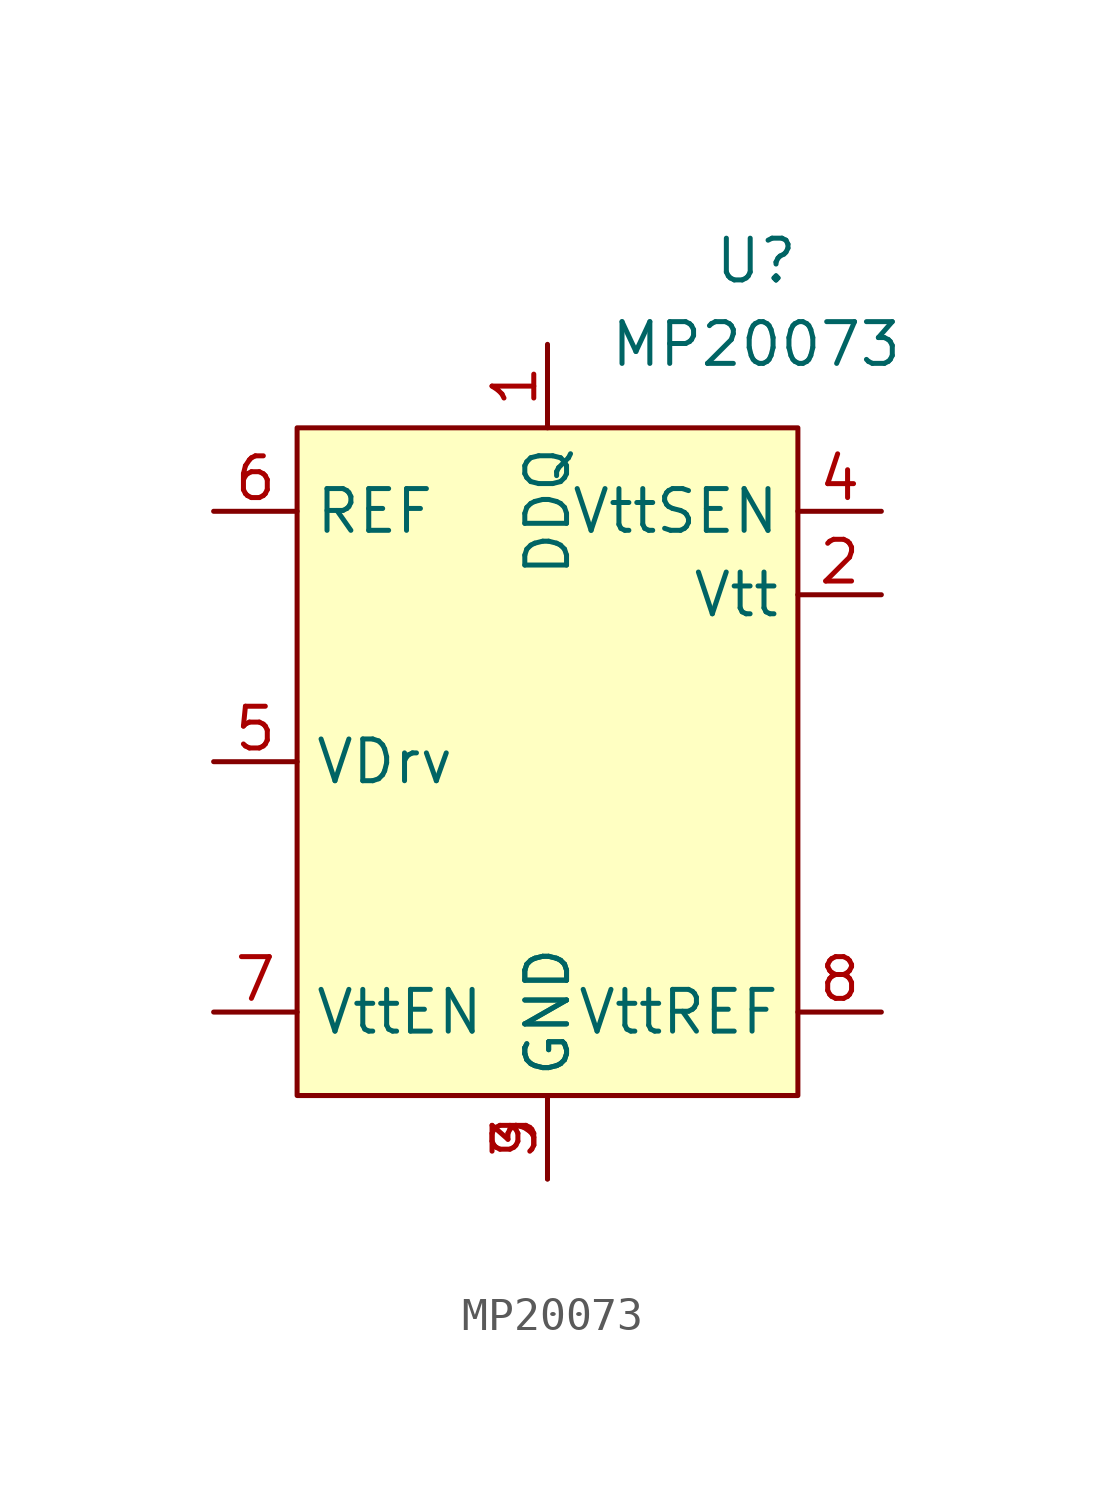
<source format=kicad_sym>
(kicad_symbol_lib
  (version 20211014)
  (generator kicad_symbol_editor)
  (symbol "MP20073"
    (property "Reference" "U"
      (at 6.35 22.86 0)
      (effects (font (size 1.27 1.27))))
    (property "Value" "MP20073"
      (at 6.35 20.32 0)
      (effects (font (size 1.27 1.27))))
    (symbol "MP20073_0_1"
      (rectangle (start -7.62 17.78) (end 7.62 -2.54) (stroke (width 0) (type default) (color 0 0 0 0)) (fill (type background))))
    (symbol "MP20073_1_1"
      (pin power_in line (at 0 20.32 270) (length 2.54) (name "DDQ" (effects (font (size 1.27 1.27)))) (number "1" (effects (font (size 1.27 1.27)))))
      (pin passive line (at 10.16 12.7 180) (length 2.54) (name "Vtt" (effects (font (size 1.27 1.27)))) (number "2" (effects (font (size 1.27 1.27)))))
      (pin power_in line (at 0 -5.08 90) (length 2.54) (name "GND" (effects (font (size 1.27 1.27)))) (number "3" (effects (font (size 1.27 1.27)))))
      (pin passive line (at 10.16 15.24 180) (length 2.54) (name "VttSEN" (effects (font (size 1.27 1.27)))) (number "4" (effects (font (size 1.27 1.27)))))
      (pin passive line (at -10.16 7.62 0) (length 2.54) (name "VDrv" (effects (font (size 1.27 1.27)))) (number "5" (effects (font (size 1.27 1.27)))))
      (pin passive line (at -10.16 15.24 0) (length 2.54) (name "REF" (effects (font (size 1.27 1.27)))) (number "6" (effects (font (size 1.27 1.27)))))
      (pin passive line (at -10.16 0 0) (length 2.54) (name "VttEN" (effects (font (size 1.27 1.27)))) (number "7" (effects (font (size 1.27 1.27)))))
      (pin passive line (at 10.16 0 180) (length 2.54) (name "VttREF" (effects (font (size 1.27 1.27)))) (number "8" (effects (font (size 1.27 1.27)))))
      (pin power_in line (at 0 -5.08 90) (length 2.54) (name "GND" (effects (font (size 1.27 1.27)))) (number "9" (effects (font (size 1.27 1.27))))))))
</source>
